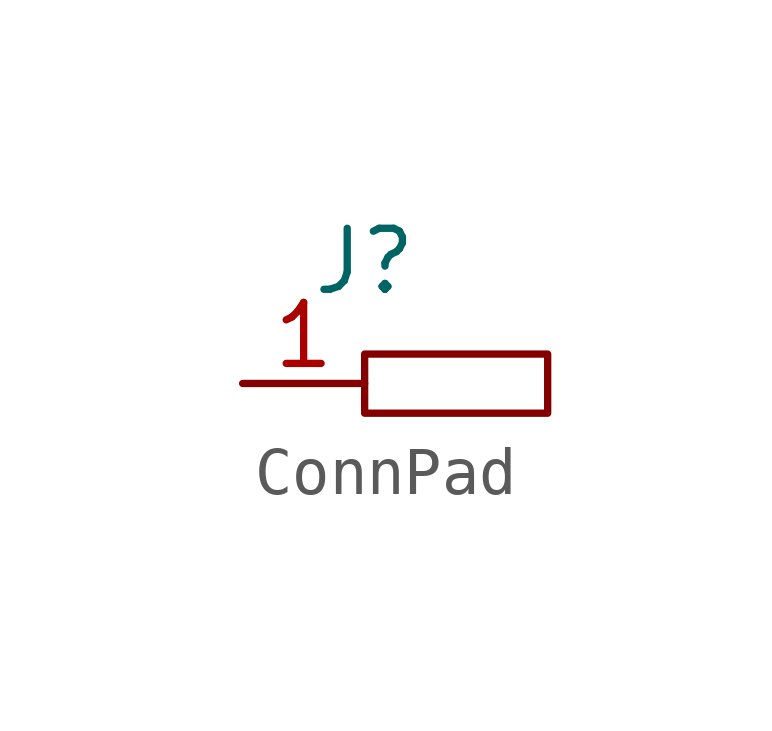
<source format=kicad_sym>
(kicad_symbol_lib
  (version 20220914)
  (generator kicad_symbol_editor)
  (symbol "ConnPad"
    (property "Reference" "J"
      (at 0 0 0)
      (effects (font (size 1.27 1.27))))
    (property "Value" ""
      (at 0 0 0)
      (effects (font (size 1.27 1.27))))
    (symbol "ConnPad_0_1"
      (rectangle (start 0 -1.928) (end 3.81 -3.159) (stroke (width 0) (type default)) (fill (type none))))
    (symbol "ConnPad_1_1"
      (pin unspecified line (at -2.54 -2.54 0) (length 2.54) (name "" (effects (font (size 1.27 1.27)))) (number "1" (effects (font (size 1.27 1.27))))))))
</source>
